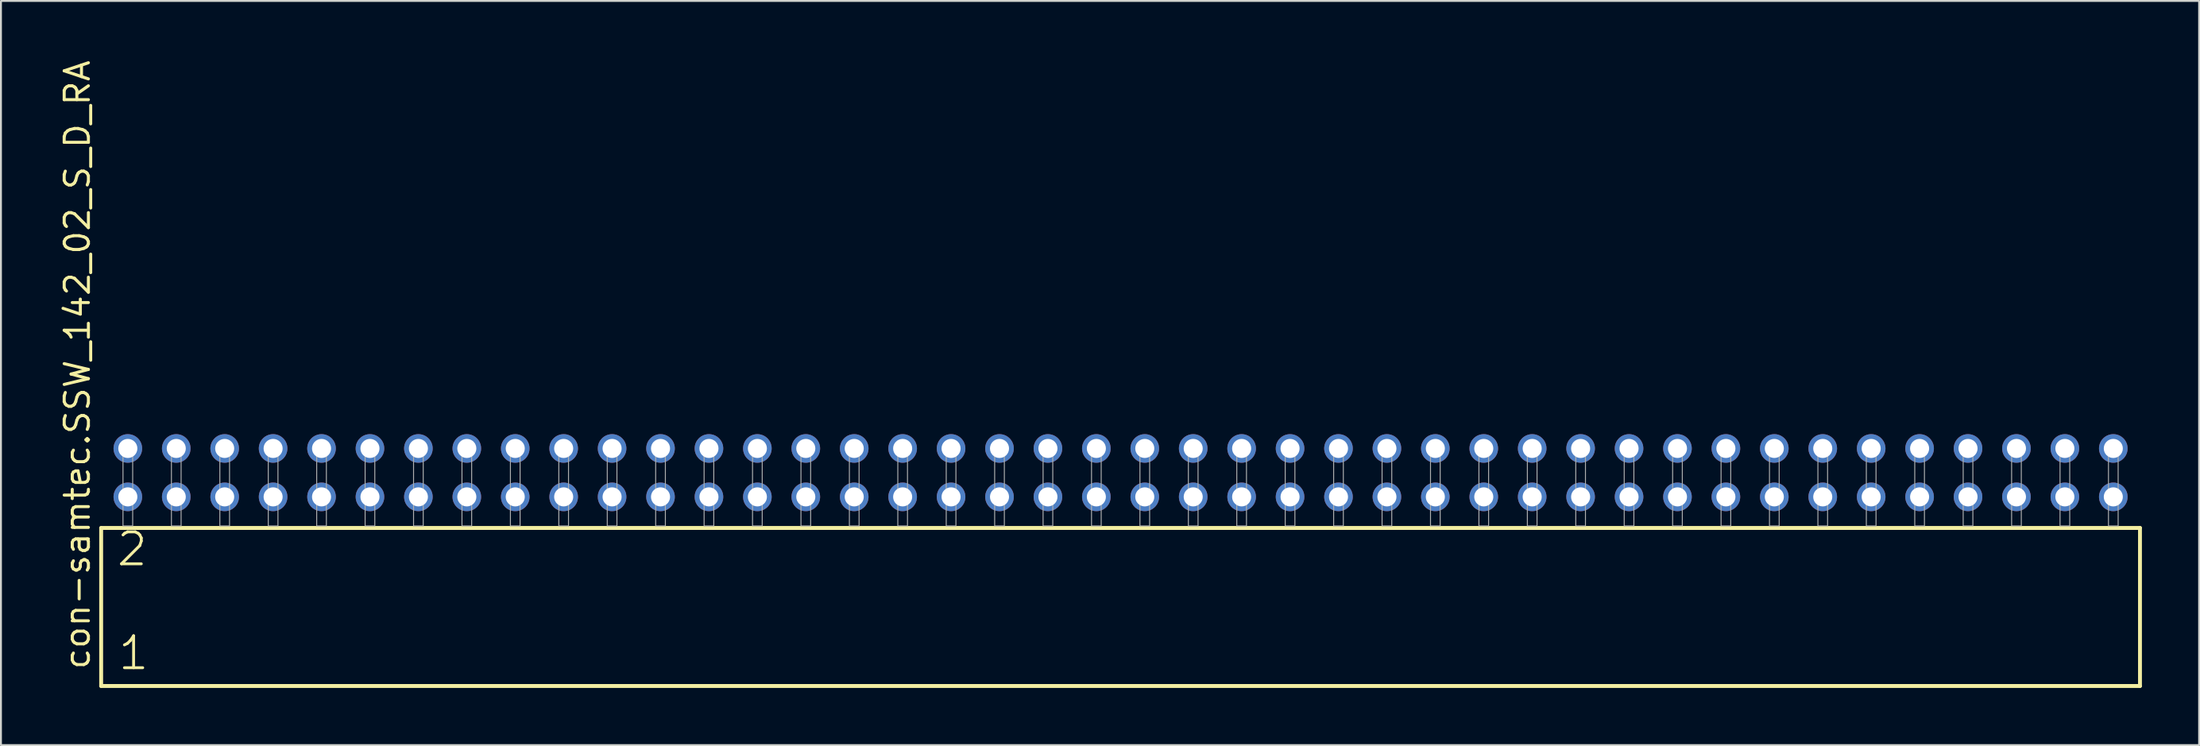
<source format=kicad_pcb>
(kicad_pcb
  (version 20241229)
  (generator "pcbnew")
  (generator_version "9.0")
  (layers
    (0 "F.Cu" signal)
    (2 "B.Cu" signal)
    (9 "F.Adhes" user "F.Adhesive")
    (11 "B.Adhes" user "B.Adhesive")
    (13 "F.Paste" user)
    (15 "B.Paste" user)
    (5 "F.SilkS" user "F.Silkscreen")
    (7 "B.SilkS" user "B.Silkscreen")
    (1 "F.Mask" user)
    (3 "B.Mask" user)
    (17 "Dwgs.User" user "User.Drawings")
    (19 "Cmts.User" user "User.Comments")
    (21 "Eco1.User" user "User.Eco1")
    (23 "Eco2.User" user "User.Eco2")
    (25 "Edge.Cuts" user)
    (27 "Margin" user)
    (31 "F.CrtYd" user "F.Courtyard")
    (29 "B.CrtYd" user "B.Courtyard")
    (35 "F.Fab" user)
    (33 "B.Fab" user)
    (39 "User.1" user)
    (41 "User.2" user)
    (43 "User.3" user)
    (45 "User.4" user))
  (footprint "con-samtec.SSW_142_02_S_D_RA"
    (layer "F.Cu")
    (at 55.725 24.537)
    (property "Reference" "con-samtec.SSW_142_02_S_D_RA" (at -53.975 7.62 90) (layer "F.SilkS") (effects (font (size 1.27 1.27) (thickness 0.16)) (justify left bottom)))
    (attr through_hole)
    (fp_line (start -53.469 0.106) (end -53.469 8.396) (stroke (width 0.203) (type default)) (layer "F.SilkS"))
    (fp_line (start -53.469 8.396) (end 53.469 8.396) (stroke (width 0.203) (type default)) (layer "F.SilkS"))
    (fp_line (start 53.469 0.106) (end -53.469 0.106) (stroke (width 0.203) (type default)) (layer "F.SilkS"))
    (fp_line (start 53.469 8.396) (end 53.469 0.106) (stroke (width 0.203) (type default)) (layer "F.SilkS"))
    (fp_rect (start -52.324 0) (end -51.816 -4.318) (stroke (width 0.05) (type default)) (fill no) (layer "F.Fab"))
    (fp_rect (start -49.784 0) (end -49.276 -4.318) (stroke (width 0.05) (type default)) (fill no) (layer "F.Fab"))
    (fp_rect (start -47.244 0) (end -46.736 -4.318) (stroke (width 0.05) (type default)) (fill no) (layer "F.Fab"))
    (fp_rect (start -44.704 0) (end -44.196 -4.318) (stroke (width 0.05) (type default)) (fill no) (layer "F.Fab"))
    (fp_rect (start -42.164 0) (end -41.656 -4.318) (stroke (width 0.05) (type default)) (fill no) (layer "F.Fab"))
    (fp_rect (start -39.624 0) (end -39.116 -4.318) (stroke (width 0.05) (type default)) (fill no) (layer "F.Fab"))
    (fp_rect (start -37.084 0) (end -36.576 -4.318) (stroke (width 0.05) (type default)) (fill no) (layer "F.Fab"))
    (fp_rect (start -34.544 0) (end -34.036 -4.318) (stroke (width 0.05) (type default)) (fill no) (layer "F.Fab"))
    (fp_rect (start -32.004 0) (end -31.496 -4.318) (stroke (width 0.05) (type default)) (fill no) (layer "F.Fab"))
    (fp_rect (start -29.464 0) (end -28.956 -4.318) (stroke (width 0.05) (type default)) (fill no) (layer "F.Fab"))
    (fp_rect (start -26.924 0) (end -26.416 -4.318) (stroke (width 0.05) (type default)) (fill no) (layer "F.Fab"))
    (fp_rect (start -24.384 0) (end -23.876 -4.318) (stroke (width 0.05) (type default)) (fill no) (layer "F.Fab"))
    (fp_rect (start -21.844 0) (end -21.336 -4.318) (stroke (width 0.05) (type default)) (fill no) (layer "F.Fab"))
    (fp_rect (start -19.304 0) (end -18.796 -4.318) (stroke (width 0.05) (type default)) (fill no) (layer "F.Fab"))
    (fp_rect (start -16.764 0) (end -16.256 -4.318) (stroke (width 0.05) (type default)) (fill no) (layer "F.Fab"))
    (fp_rect (start -14.224 0) (end -13.716 -4.318) (stroke (width 0.05) (type default)) (fill no) (layer "F.Fab"))
    (fp_rect (start -11.684 0) (end -11.176 -4.318) (stroke (width 0.05) (type default)) (fill no) (layer "F.Fab"))
    (fp_rect (start -9.144 0) (end -8.636 -4.318) (stroke (width 0.05) (type default)) (fill no) (layer "F.Fab"))
    (fp_rect (start -6.604 0) (end -6.096 -4.318) (stroke (width 0.05) (type default)) (fill no) (layer "F.Fab"))
    (fp_rect (start -4.064 0) (end -3.556 -4.318) (stroke (width 0.05) (type default)) (fill no) (layer "F.Fab"))
    (fp_rect (start -1.524 0) (end -1.016 -4.318) (stroke (width 0.05) (type default)) (fill no) (layer "F.Fab"))
    (fp_rect (start 1.016 0) (end 1.524 -4.318) (stroke (width 0.05) (type default)) (fill no) (layer "F.Fab"))
    (fp_rect (start 3.556 0) (end 4.064 -4.318) (stroke (width 0.05) (type default)) (fill no) (layer "F.Fab"))
    (fp_rect (start 6.096 0) (end 6.604 -4.318) (stroke (width 0.05) (type default)) (fill no) (layer "F.Fab"))
    (fp_rect (start 8.636 0) (end 9.144 -4.318) (stroke (width 0.05) (type default)) (fill no) (layer "F.Fab"))
    (fp_rect (start 11.176 0) (end 11.684 -4.318) (stroke (width 0.05) (type default)) (fill no) (layer "F.Fab"))
    (fp_rect (start 13.716 0) (end 14.224 -4.318) (stroke (width 0.05) (type default)) (fill no) (layer "F.Fab"))
    (fp_rect (start 16.256 0) (end 16.764 -4.318) (stroke (width 0.05) (type default)) (fill no) (layer "F.Fab"))
    (fp_rect (start 18.796 0) (end 19.304 -4.318) (stroke (width 0.05) (type default)) (fill no) (layer "F.Fab"))
    (fp_rect (start 21.336 0) (end 21.844 -4.318) (stroke (width 0.05) (type default)) (fill no) (layer "F.Fab"))
    (fp_rect (start 23.876 0) (end 24.384 -4.318) (stroke (width 0.05) (type default)) (fill no) (layer "F.Fab"))
    (fp_rect (start 26.416 0) (end 26.924 -4.318) (stroke (width 0.05) (type default)) (fill no) (layer "F.Fab"))
    (fp_rect (start 28.956 0) (end 29.464 -4.318) (stroke (width 0.05) (type default)) (fill no) (layer "F.Fab"))
    (fp_rect (start 31.496 0) (end 32.004 -4.318) (stroke (width 0.05) (type default)) (fill no) (layer "F.Fab"))
    (fp_rect (start 34.036 0) (end 34.544 -4.318) (stroke (width 0.05) (type default)) (fill no) (layer "F.Fab"))
    (fp_rect (start 36.576 0) (end 37.084 -4.318) (stroke (width 0.05) (type default)) (fill no) (layer "F.Fab"))
    (fp_rect (start 39.116 0) (end 39.624 -4.318) (stroke (width 0.05) (type default)) (fill no) (layer "F.Fab"))
    (fp_rect (start 41.656 0) (end 42.164 -4.318) (stroke (width 0.05) (type default)) (fill no) (layer "F.Fab"))
    (fp_rect (start 44.196 0) (end 44.704 -4.318) (stroke (width 0.05) (type default)) (fill no) (layer "F.Fab"))
    (fp_rect (start 46.736 0) (end 47.244 -4.318) (stroke (width 0.05) (type default)) (fill no) (layer "F.Fab"))
    (fp_rect (start 49.276 0) (end 49.784 -4.318) (stroke (width 0.05) (type default)) (fill no) (layer "F.Fab"))
    (fp_rect (start 51.816 0) (end 52.324 -4.318) (stroke (width 0.05) (type default)) (fill no) (layer "F.Fab"))
    (fp_text user "1" (at -52.665 7.65 0) (layer "F.SilkS") (effects (font (size 1.676 1.676) (thickness 0.15)) (justify left bottom)))
    (fp_text user "2" (at -52.74 2.2 0) (layer "F.SilkS") (effects (font (size 1.676 1.676) (thickness 0.15)) (justify left bottom)))
    (pad "1" thru_hole circle (at -52.07 -1.524) (size 1.5 1.5) (drill 1) (layers "*.Cu" "*.Mask"))
    (pad "2" thru_hole circle (at -52.07 -4.064) (size 1.5 1.5) (drill 1) (layers "*.Cu" "*.Mask"))
    (pad "3" thru_hole circle (at -49.53 -1.524) (size 1.5 1.5) (drill 1) (layers "*.Cu" "*.Mask"))
    (pad "4" thru_hole circle (at -49.53 -4.064) (size 1.5 1.5) (drill 1) (layers "*.Cu" "*.Mask"))
    (pad "5" thru_hole circle (at -46.99 -1.524) (size 1.5 1.5) (drill 1) (layers "*.Cu" "*.Mask"))
    (pad "6" thru_hole circle (at -46.99 -4.064) (size 1.5 1.5) (drill 1) (layers "*.Cu" "*.Mask"))
    (pad "7" thru_hole circle (at -44.45 -1.524) (size 1.5 1.5) (drill 1) (layers "*.Cu" "*.Mask"))
    (pad "8" thru_hole circle (at -44.45 -4.064) (size 1.5 1.5) (drill 1) (layers "*.Cu" "*.Mask"))
    (pad "9" thru_hole circle (at -41.91 -1.524) (size 1.5 1.5) (drill 1) (layers "*.Cu" "*.Mask"))
    (pad "10" thru_hole circle (at -41.91 -4.064) (size 1.5 1.5) (drill 1) (layers "*.Cu" "*.Mask"))
    (pad "11" thru_hole circle (at -39.37 -1.524) (size 1.5 1.5) (drill 1) (layers "*.Cu" "*.Mask"))
    (pad "12" thru_hole circle (at -39.37 -4.064) (size 1.5 1.5) (drill 1) (layers "*.Cu" "*.Mask"))
    (pad "13" thru_hole circle (at -36.83 -1.524) (size 1.5 1.5) (drill 1) (layers "*.Cu" "*.Mask"))
    (pad "14" thru_hole circle (at -36.83 -4.064) (size 1.5 1.5) (drill 1) (layers "*.Cu" "*.Mask"))
    (pad "15" thru_hole circle (at -34.29 -1.524) (size 1.5 1.5) (drill 1) (layers "*.Cu" "*.Mask"))
    (pad "16" thru_hole circle (at -34.29 -4.064) (size 1.5 1.5) (drill 1) (layers "*.Cu" "*.Mask"))
    (pad "17" thru_hole circle (at -31.75 -1.524) (size 1.5 1.5) (drill 1) (layers "*.Cu" "*.Mask"))
    (pad "18" thru_hole circle (at -31.75 -4.064) (size 1.5 1.5) (drill 1) (layers "*.Cu" "*.Mask"))
    (pad "19" thru_hole circle (at -29.21 -1.524) (size 1.5 1.5) (drill 1) (layers "*.Cu" "*.Mask"))
    (pad "20" thru_hole circle (at -29.21 -4.064) (size 1.5 1.5) (drill 1) (layers "*.Cu" "*.Mask"))
    (pad "21" thru_hole circle (at -26.67 -1.524) (size 1.5 1.5) (drill 1) (layers "*.Cu" "*.Mask"))
    (pad "22" thru_hole circle (at -26.67 -4.064) (size 1.5 1.5) (drill 1) (layers "*.Cu" "*.Mask"))
    (pad "23" thru_hole circle (at -24.13 -1.524) (size 1.5 1.5) (drill 1) (layers "*.Cu" "*.Mask"))
    (pad "24" thru_hole circle (at -24.13 -4.064) (size 1.5 1.5) (drill 1) (layers "*.Cu" "*.Mask"))
    (pad "25" thru_hole circle (at -21.59 -1.524) (size 1.5 1.5) (drill 1) (layers "*.Cu" "*.Mask"))
    (pad "26" thru_hole circle (at -21.59 -4.064) (size 1.5 1.5) (drill 1) (layers "*.Cu" "*.Mask"))
    (pad "27" thru_hole circle (at -19.05 -1.524) (size 1.5 1.5) (drill 1) (layers "*.Cu" "*.Mask"))
    (pad "28" thru_hole circle (at -19.05 -4.064) (size 1.5 1.5) (drill 1) (layers "*.Cu" "*.Mask"))
    (pad "29" thru_hole circle (at -16.51 -1.524) (size 1.5 1.5) (drill 1) (layers "*.Cu" "*.Mask"))
    (pad "30" thru_hole circle (at -16.51 -4.064) (size 1.5 1.5) (drill 1) (layers "*.Cu" "*.Mask"))
    (pad "31" thru_hole circle (at -13.97 -1.524) (size 1.5 1.5) (drill 1) (layers "*.Cu" "*.Mask"))
    (pad "32" thru_hole circle (at -13.97 -4.064) (size 1.5 1.5) (drill 1) (layers "*.Cu" "*.Mask"))
    (pad "33" thru_hole circle (at -11.43 -1.524) (size 1.5 1.5) (drill 1) (layers "*.Cu" "*.Mask"))
    (pad "34" thru_hole circle (at -11.43 -4.064) (size 1.5 1.5) (drill 1) (layers "*.Cu" "*.Mask"))
    (pad "35" thru_hole circle (at -8.89 -1.524) (size 1.5 1.5) (drill 1) (layers "*.Cu" "*.Mask"))
    (pad "36" thru_hole circle (at -8.89 -4.064) (size 1.5 1.5) (drill 1) (layers "*.Cu" "*.Mask"))
    (pad "37" thru_hole circle (at -6.35 -1.524) (size 1.5 1.5) (drill 1) (layers "*.Cu" "*.Mask"))
    (pad "38" thru_hole circle (at -6.35 -4.064) (size 1.5 1.5) (drill 1) (layers "*.Cu" "*.Mask"))
    (pad "39" thru_hole circle (at -3.81 -1.524) (size 1.5 1.5) (drill 1) (layers "*.Cu" "*.Mask"))
    (pad "40" thru_hole circle (at -3.81 -4.064) (size 1.5 1.5) (drill 1) (layers "*.Cu" "*.Mask"))
    (pad "41" thru_hole circle (at -1.27 -1.524) (size 1.5 1.5) (drill 1) (layers "*.Cu" "*.Mask"))
    (pad "42" thru_hole circle (at -1.27 -4.064) (size 1.5 1.5) (drill 1) (layers "*.Cu" "*.Mask"))
    (pad "43" thru_hole circle (at 1.27 -1.524) (size 1.5 1.5) (drill 1) (layers "*.Cu" "*.Mask"))
    (pad "44" thru_hole circle (at 1.27 -4.064) (size 1.5 1.5) (drill 1) (layers "*.Cu" "*.Mask"))
    (pad "45" thru_hole circle (at 3.81 -1.524) (size 1.5 1.5) (drill 1) (layers "*.Cu" "*.Mask"))
    (pad "46" thru_hole circle (at 3.81 -4.064) (size 1.5 1.5) (drill 1) (layers "*.Cu" "*.Mask"))
    (pad "47" thru_hole circle (at 6.35 -1.524) (size 1.5 1.5) (drill 1) (layers "*.Cu" "*.Mask"))
    (pad "48" thru_hole circle (at 6.35 -4.064) (size 1.5 1.5) (drill 1) (layers "*.Cu" "*.Mask"))
    (pad "49" thru_hole circle (at 8.89 -1.524) (size 1.5 1.5) (drill 1) (layers "*.Cu" "*.Mask"))
    (pad "50" thru_hole circle (at 8.89 -4.064) (size 1.5 1.5) (drill 1) (layers "*.Cu" "*.Mask"))
    (pad "51" thru_hole circle (at 11.43 -1.524) (size 1.5 1.5) (drill 1) (layers "*.Cu" "*.Mask"))
    (pad "52" thru_hole circle (at 11.43 -4.064) (size 1.5 1.5) (drill 1) (layers "*.Cu" "*.Mask"))
    (pad "53" thru_hole circle (at 13.97 -1.524) (size 1.5 1.5) (drill 1) (layers "*.Cu" "*.Mask"))
    (pad "54" thru_hole circle (at 13.97 -4.064) (size 1.5 1.5) (drill 1) (layers "*.Cu" "*.Mask"))
    (pad "55" thru_hole circle (at 16.51 -1.524) (size 1.5 1.5) (drill 1) (layers "*.Cu" "*.Mask"))
    (pad "56" thru_hole circle (at 16.51 -4.064) (size 1.5 1.5) (drill 1) (layers "*.Cu" "*.Mask"))
    (pad "57" thru_hole circle (at 19.05 -1.524) (size 1.5 1.5) (drill 1) (layers "*.Cu" "*.Mask"))
    (pad "58" thru_hole circle (at 19.05 -4.064) (size 1.5 1.5) (drill 1) (layers "*.Cu" "*.Mask"))
    (pad "59" thru_hole circle (at 21.59 -1.524) (size 1.5 1.5) (drill 1) (layers "*.Cu" "*.Mask"))
    (pad "60" thru_hole circle (at 21.59 -4.064) (size 1.5 1.5) (drill 1) (layers "*.Cu" "*.Mask"))
    (pad "61" thru_hole circle (at 24.13 -1.524) (size 1.5 1.5) (drill 1) (layers "*.Cu" "*.Mask"))
    (pad "62" thru_hole circle (at 24.13 -4.064) (size 1.5 1.5) (drill 1) (layers "*.Cu" "*.Mask"))
    (pad "63" thru_hole circle (at 26.67 -1.524) (size 1.5 1.5) (drill 1) (layers "*.Cu" "*.Mask"))
    (pad "64" thru_hole circle (at 26.67 -4.064) (size 1.5 1.5) (drill 1) (layers "*.Cu" "*.Mask"))
    (pad "65" thru_hole circle (at 29.21 -1.524) (size 1.5 1.5) (drill 1) (layers "*.Cu" "*.Mask"))
    (pad "66" thru_hole circle (at 29.21 -4.064) (size 1.5 1.5) (drill 1) (layers "*.Cu" "*.Mask"))
    (pad "67" thru_hole circle (at 31.75 -1.524) (size 1.5 1.5) (drill 1) (layers "*.Cu" "*.Mask"))
    (pad "68" thru_hole circle (at 31.75 -4.064) (size 1.5 1.5) (drill 1) (layers "*.Cu" "*.Mask"))
    (pad "69" thru_hole circle (at 34.29 -1.524) (size 1.5 1.5) (drill 1) (layers "*.Cu" "*.Mask"))
    (pad "70" thru_hole circle (at 34.29 -4.064) (size 1.5 1.5) (drill 1) (layers "*.Cu" "*.Mask"))
    (pad "71" thru_hole circle (at 36.83 -1.524) (size 1.5 1.5) (drill 1) (layers "*.Cu" "*.Mask"))
    (pad "72" thru_hole circle (at 36.83 -4.064) (size 1.5 1.5) (drill 1) (layers "*.Cu" "*.Mask"))
    (pad "73" thru_hole circle (at 39.37 -1.524) (size 1.5 1.5) (drill 1) (layers "*.Cu" "*.Mask"))
    (pad "74" thru_hole circle (at 39.37 -4.064) (size 1.5 1.5) (drill 1) (layers "*.Cu" "*.Mask"))
    (pad "75" thru_hole circle (at 41.91 -1.524) (size 1.5 1.5) (drill 1) (layers "*.Cu" "*.Mask"))
    (pad "76" thru_hole circle (at 41.91 -4.064) (size 1.5 1.5) (drill 1) (layers "*.Cu" "*.Mask"))
    (pad "77" thru_hole circle (at 44.45 -1.524) (size 1.5 1.5) (drill 1) (layers "*.Cu" "*.Mask"))
    (pad "78" thru_hole circle (at 44.45 -4.064) (size 1.5 1.5) (drill 1) (layers "*.Cu" "*.Mask"))
    (pad "79" thru_hole circle (at 46.99 -1.524) (size 1.5 1.5) (drill 1) (layers "*.Cu" "*.Mask"))
    (pad "80" thru_hole circle (at 46.99 -4.064) (size 1.5 1.5) (drill 1) (layers "*.Cu" "*.Mask"))
    (pad "81" thru_hole circle (at 49.53 -1.524) (size 1.5 1.5) (drill 1) (layers "*.Cu" "*.Mask"))
    (pad "82" thru_hole circle (at 49.53 -4.064) (size 1.5 1.5) (drill 1) (layers "*.Cu" "*.Mask"))
    (pad "83" thru_hole circle (at 52.07 -1.524) (size 1.5 1.5) (drill 1) (layers "*.Cu" "*.Mask"))
    (pad "84" thru_hole circle (at 52.07 -4.064) (size 1.5 1.5) (drill 1) (layers "*.Cu" "*.Mask")))
  (gr_rect
    (start -3 -3)
    (end 112.296 36.035)
    (stroke (width 0.1) (type default))
    (fill no)
    (layer "Edge.Cuts")))
</source>
